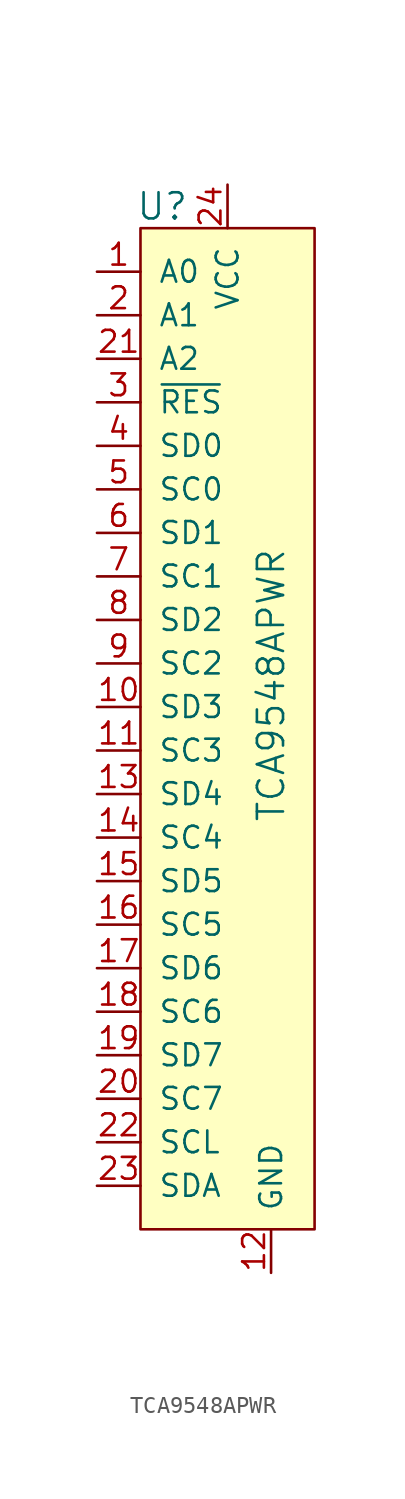
<source format=kicad_sym>
(kicad_symbol_lib
  (version 20201005)
  (generator kicad_symbol_editor)
  (symbol "TCA9548APWR"
    (pin_names
      (offset 1.016))
    (property "Reference" "U"
      (at -3.81 26.67 0)
      (effects (font (size 1.524 1.524))))
    (property "Value" "TCA9548APWR"
      (at 2.54 -1.27 90)
      (effects (font (size 1.524 1.524))))
    (symbol "TCA9548APWR_0_1"
      (rectangle (start -5.08 25.4) (end 5.08 -33.02) (stroke (width 0)) (fill (type background))))
    (symbol "TCA9548APWR_1_1"
      (pin input line (at -7.62 22.86 0) (length 2.54) (name "A0" (effects (font (size 1.27 1.27)))) (number "1" (effects (font (size 1.27 1.27)))))
      (pin input line (at -7.62 20.32 0) (length 2.54) (name "A1" (effects (font (size 1.27 1.27)))) (number "2" (effects (font (size 1.27 1.27)))))
      (pin input line (at -7.62 15.24 0) (length 2.54) (name "~RES" (effects (font (size 1.27 1.27)))) (number "3" (effects (font (size 1.27 1.27)))))
      (pin bidirectional line (at -7.62 12.7 0) (length 2.54) (name "SD0" (effects (font (size 1.27 1.27)))) (number "4" (effects (font (size 1.27 1.27)))))
      (pin bidirectional line (at -7.62 10.16 0) (length 2.54) (name "SC0" (effects (font (size 1.27 1.27)))) (number "5" (effects (font (size 1.27 1.27)))))
      (pin bidirectional line (at -7.62 7.62 0) (length 2.54) (name "SD1" (effects (font (size 1.27 1.27)))) (number "6" (effects (font (size 1.27 1.27)))))
      (pin bidirectional line (at -7.62 5.08 0) (length 2.54) (name "SC1" (effects (font (size 1.27 1.27)))) (number "7" (effects (font (size 1.27 1.27)))))
      (pin bidirectional line (at -7.62 2.54 0) (length 2.54) (name "SD2" (effects (font (size 1.27 1.27)))) (number "8" (effects (font (size 1.27 1.27)))))
      (pin bidirectional line (at -7.62 0 0) (length 2.54) (name "SC2" (effects (font (size 1.27 1.27)))) (number "9" (effects (font (size 1.27 1.27)))))
      (pin bidirectional line (at -7.62 -2.54 0) (length 2.54) (name "SD3" (effects (font (size 1.27 1.27)))) (number "10" (effects (font (size 1.27 1.27)))))
      (pin bidirectional line (at -7.62 -25.4 0) (length 2.54) (name "SC7" (effects (font (size 1.27 1.27)))) (number "20" (effects (font (size 1.27 1.27)))))
      (pin bidirectional line (at -7.62 -5.08 0) (length 2.54) (name "SC3" (effects (font (size 1.27 1.27)))) (number "11" (effects (font (size 1.27 1.27)))))
      (pin input line (at -7.62 17.78 0) (length 2.54) (name "A2" (effects (font (size 1.27 1.27)))) (number "21" (effects (font (size 1.27 1.27)))))
      (pin power_in line (at 2.54 -35.56 90) (length 2.54) (name "GND" (effects (font (size 1.27 1.27)))) (number "12" (effects (font (size 1.27 1.27)))))
      (pin bidirectional line (at -7.62 -27.94 0) (length 2.54) (name "SCL" (effects (font (size 1.27 1.27)))) (number "22" (effects (font (size 1.27 1.27)))))
      (pin bidirectional line (at -7.62 -7.62 0) (length 2.54) (name "SD4" (effects (font (size 1.27 1.27)))) (number "13" (effects (font (size 1.27 1.27)))))
      (pin bidirectional line (at -7.62 -30.48 0) (length 2.54) (name "SDA" (effects (font (size 1.27 1.27)))) (number "23" (effects (font (size 1.27 1.27)))))
      (pin bidirectional line (at -7.62 -10.16 0) (length 2.54) (name "SC4" (effects (font (size 1.27 1.27)))) (number "14" (effects (font (size 1.27 1.27)))))
      (pin power_in line (at 0 27.94 270) (length 2.54) (name "VCC" (effects (font (size 1.27 1.27)))) (number "24" (effects (font (size 1.27 1.27)))))
      (pin bidirectional line (at -7.62 -12.7 0) (length 2.54) (name "SD5" (effects (font (size 1.27 1.27)))) (number "15" (effects (font (size 1.27 1.27)))))
      (pin bidirectional line (at -7.62 -15.24 0) (length 2.54) (name "SC5" (effects (font (size 1.27 1.27)))) (number "16" (effects (font (size 1.27 1.27)))))
      (pin bidirectional line (at -7.62 -17.78 0) (length 2.54) (name "SD6" (effects (font (size 1.27 1.27)))) (number "17" (effects (font (size 1.27 1.27)))))
      (pin bidirectional line (at -7.62 -20.32 0) (length 2.54) (name "SC6" (effects (font (size 1.27 1.27)))) (number "18" (effects (font (size 1.27 1.27)))))
      (pin bidirectional line (at -7.62 -22.86 0) (length 2.54) (name "SD7" (effects (font (size 1.27 1.27)))) (number "19" (effects (font (size 1.27 1.27))))))))
</source>
